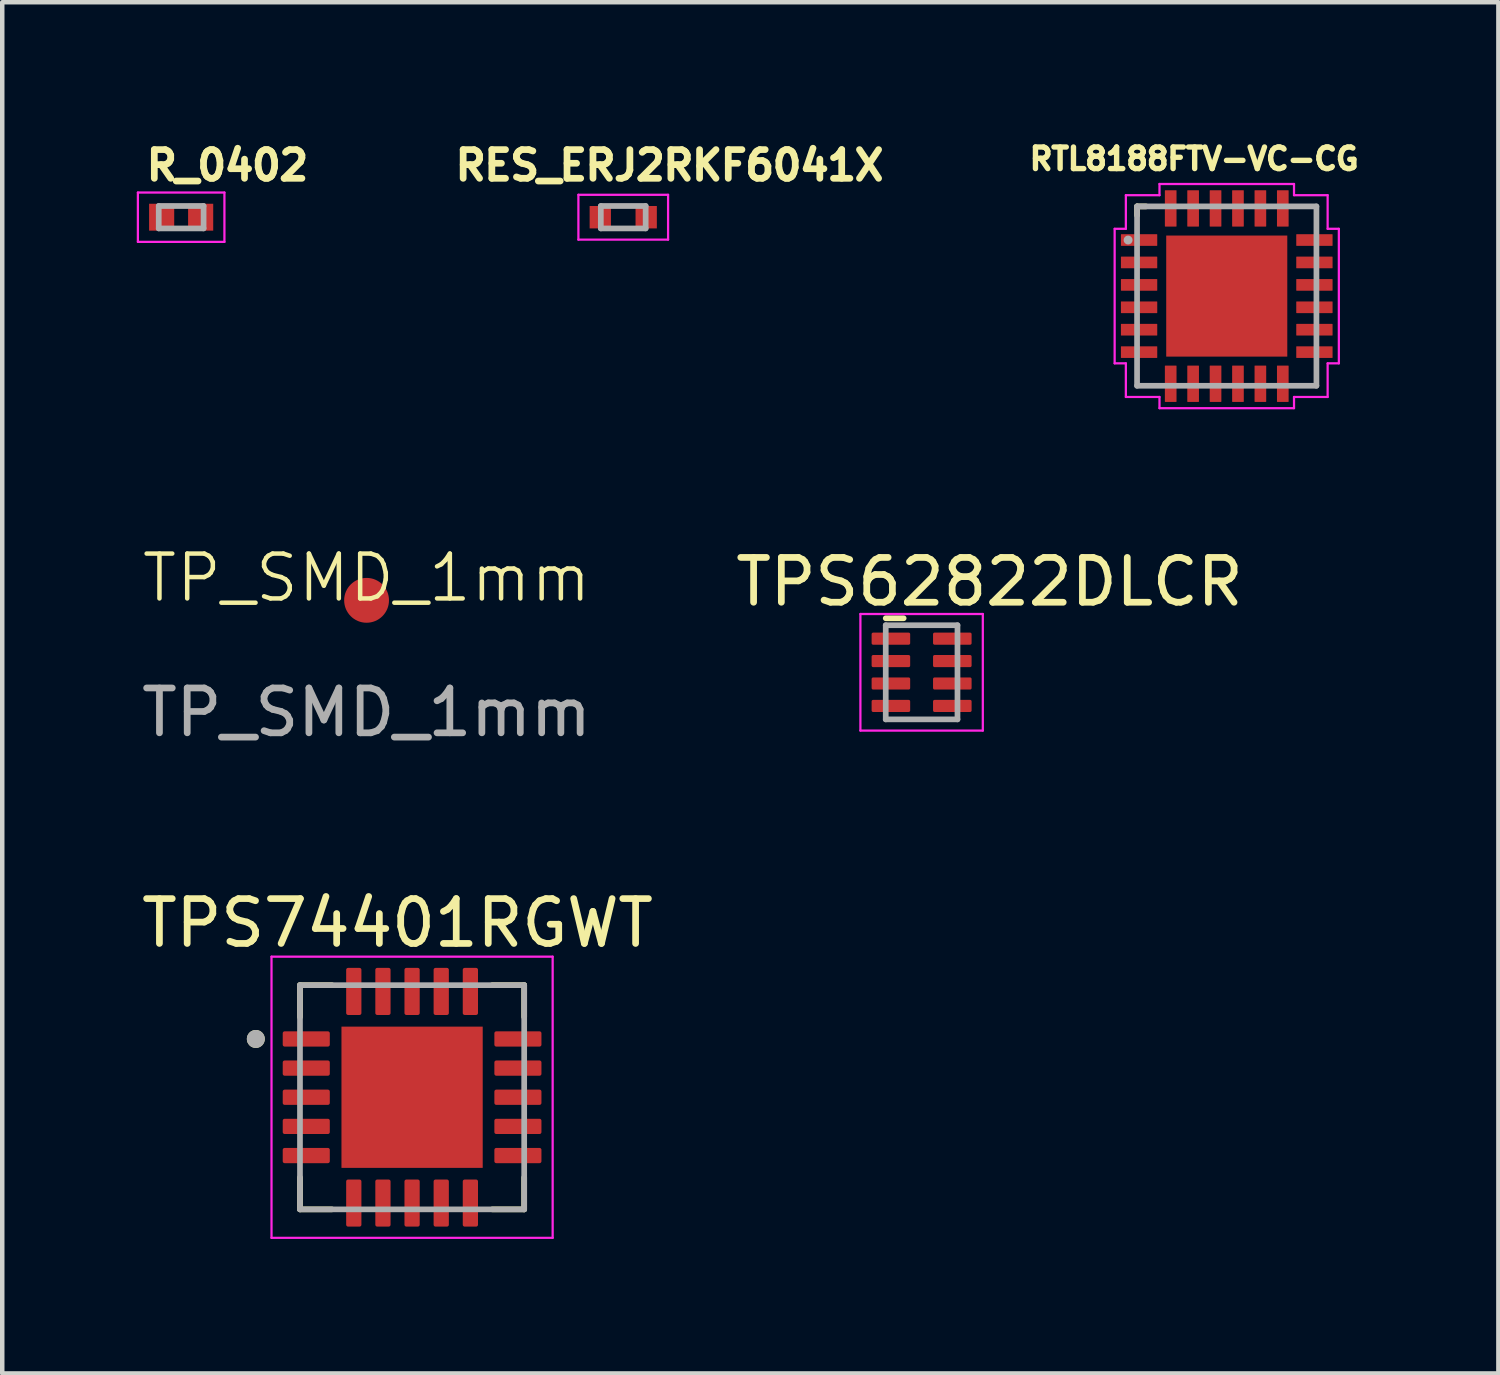
<source format=kicad_pcb>
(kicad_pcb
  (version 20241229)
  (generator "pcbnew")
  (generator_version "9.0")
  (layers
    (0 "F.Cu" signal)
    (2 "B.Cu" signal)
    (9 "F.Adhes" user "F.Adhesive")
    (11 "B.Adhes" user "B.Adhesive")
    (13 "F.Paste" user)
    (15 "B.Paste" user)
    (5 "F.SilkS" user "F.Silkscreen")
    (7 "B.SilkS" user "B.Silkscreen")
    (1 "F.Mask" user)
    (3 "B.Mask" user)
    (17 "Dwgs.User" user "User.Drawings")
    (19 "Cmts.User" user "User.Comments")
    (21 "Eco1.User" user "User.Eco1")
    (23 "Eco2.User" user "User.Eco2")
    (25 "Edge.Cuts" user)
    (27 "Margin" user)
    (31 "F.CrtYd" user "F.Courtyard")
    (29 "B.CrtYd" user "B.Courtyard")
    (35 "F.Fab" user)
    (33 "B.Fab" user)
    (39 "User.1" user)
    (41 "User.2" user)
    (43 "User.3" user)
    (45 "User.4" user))
  (footprint "TP_SMD_1mm"
    (layer "F.Cu")
    (at 5.125 10.338)
    (property "Reference" "TP_SMD_1mm" (at 0 -0.5 0) (unlocked yes) (layer "F.SilkS") (effects (font (size 1 1) (thickness 0.1))))
    (attr smd)
    (fp_text user "${REFERENCE}" (at 0 2.5 0) (unlocked yes) (layer "F.Fab") (effects (font (size 1 1) (thickness 0.15))))
    (pad "1" smd circle (at 0 0) (size 1 1) (layers "F.Cu" "F.Mask" "F.Paste")))
  (footprint "RES_ERJ2RKF6041X"
    (layer "F.Cu")
    (at 10.849 1.794)
    (property "Reference" "RES_ERJ2RKF6041X" (at 1.032 -1.156 0) (layer "F.SilkS") (effects (font (size 0.64 0.64) (thickness 0.15))))
    (attr smd)
    (fp_line (start -1 -0.5) (end -1 0.5) (stroke (width 0.05) (type solid)) (layer "F.CrtYd"))
    (fp_line (start -1 0.5) (end 1 0.5) (stroke (width 0.05) (type solid)) (layer "F.CrtYd"))
    (fp_line (start 1 -0.5) (end -1 -0.5) (stroke (width 0.05) (type solid)) (layer "F.CrtYd"))
    (fp_line (start 1 0.5) (end 1 -0.5) (stroke (width 0.05) (type solid)) (layer "F.CrtYd"))
    (fp_line (start -0.5 -0.25) (end -0.5 0.25) (stroke (width 0.127) (type solid)) (layer "F.Fab"))
    (fp_line (start -0.5 -0.25) (end 0.5 -0.25) (stroke (width 0.127) (type solid)) (layer "F.Fab"))
    (fp_line (start -0.5 0.25) (end 0.5 0.25) (stroke (width 0.127) (type solid)) (layer "F.Fab"))
    (fp_line (start 0.5 -0.25) (end 0.5 0.25) (stroke (width 0.127) (type solid)) (layer "F.Fab"))
    (pad "1" smd rect (at -0.512 0) (size 0.475 0.5) (layers "F.Cu" "F.Mask" "F.Paste"))
    (pad "2" smd rect (at 0.512 0) (size 0.475 0.5) (layers "F.Cu" "F.Mask" "F.Paste")))
  (footprint "R_0402"
    (layer "F.Cu")
    (at 0.99 1.794)
    (property "Reference" "R_0402" (at 1.032 -1.156 0) (layer "F.SilkS") (effects (font (size 0.64 0.64) (thickness 0.15))))
    (attr smd)
    (fp_line (start -0.965 -0.55) (end 0.965 -0.55) (stroke (width 0.05) (type solid)) (layer "F.CrtYd"))
    (fp_line (start -0.965 0.55) (end -0.965 -0.55) (stroke (width 0.05) (type solid)) (layer "F.CrtYd"))
    (fp_line (start 0.965 -0.55) (end 0.965 0.55) (stroke (width 0.05) (type solid)) (layer "F.CrtYd"))
    (fp_line (start 0.965 0.55) (end -0.965 0.55) (stroke (width 0.05) (type solid)) (layer "F.CrtYd"))
    (fp_line (start -0.5 -0.25) (end 0.5 -0.25) (stroke (width 0.127) (type solid)) (layer "F.Fab"))
    (fp_line (start -0.5 0.25) (end -0.5 -0.25) (stroke (width 0.127) (type solid)) (layer "F.Fab"))
    (fp_line (start 0.5 -0.25) (end 0.5 0.25) (stroke (width 0.127) (type solid)) (layer "F.Fab"))
    (fp_line (start 0.5 0.25) (end -0.5 0.25) (stroke (width 0.127) (type solid)) (layer "F.Fab"))
    (pad "1" smd rect (at -0.435 0) (size 0.56 0.6) (layers "F.Cu" "F.Mask" "F.Paste"))
    (pad "2" smd rect (at 0.435 0) (size 0.56 0.6) (layers "F.Cu" "F.Mask" "F.Paste")))
  (footprint "RTL8188FTV-VC-CG"
    (layer "F.Cu")
    (at 24.308 3.553)
    (property "Reference" "RTL8188FTV-VC-CG" (at -0.727 -3.06 0) (layer "F.SilkS") (effects (font (size 0.481 0.481) (thickness 0.12))))
    (attr smd)
    (fp_line (start -2 -2) (end -1.8 -2) (stroke (width 0.127) (type solid)) (layer "F.SilkS"))
    (fp_line (start -2 -1.8) (end -2 -2) (stroke (width 0.127) (type solid)) (layer "F.SilkS"))
    (fp_poly (pts (xy -0.856 -0.855) (xy 0.855 -0.855) (xy 0.855 0.856) (xy -0.856 0.856)) (stroke (width 0.01) (type solid)) (fill yes) (layer "F.Paste"))
    (fp_line (start -2.5 -1.5) (end -2.25 -1.5) (stroke (width 0.05) (type solid)) (layer "F.CrtYd"))
    (fp_line (start -2.5 1.5) (end -2.5 -1.5) (stroke (width 0.05) (type solid)) (layer "F.CrtYd"))
    (fp_line (start -2.25 -2.25) (end -1.5 -2.25) (stroke (width 0.05) (type solid)) (layer "F.CrtYd"))
    (fp_line (start -2.25 -1.5) (end -2.25 -2.25) (stroke (width 0.05) (type solid)) (layer "F.CrtYd"))
    (fp_line (start -2.25 1.5) (end -2.5 1.5) (stroke (width 0.05) (type solid)) (layer "F.CrtYd"))
    (fp_line (start -2.25 2.25) (end -2.25 1.5) (stroke (width 0.05) (type solid)) (layer "F.CrtYd"))
    (fp_line (start -1.5 -2.5) (end 1.5 -2.5) (stroke (width 0.05) (type solid)) (layer "F.CrtYd"))
    (fp_line (start -1.5 -2.25) (end -1.5 -2.5) (stroke (width 0.05) (type solid)) (layer "F.CrtYd"))
    (fp_line (start -1.5 2.25) (end -2.25 2.25) (stroke (width 0.05) (type solid)) (layer "F.CrtYd"))
    (fp_line (start -1.5 2.5) (end -1.5 2.25) (stroke (width 0.05) (type solid)) (layer "F.CrtYd"))
    (fp_line (start 1.5 -2.5) (end 1.5 -2.25) (stroke (width 0.05) (type solid)) (layer "F.CrtYd"))
    (fp_line (start 1.5 -2.25) (end 2.25 -2.25) (stroke (width 0.05) (type solid)) (layer "F.CrtYd"))
    (fp_line (start 1.5 2.25) (end 1.5 2.5) (stroke (width 0.05) (type solid)) (layer "F.CrtYd"))
    (fp_line (start 1.5 2.5) (end -1.5 2.5) (stroke (width 0.05) (type solid)) (layer "F.CrtYd"))
    (fp_line (start 2.25 -2.25) (end 2.25 -1.5) (stroke (width 0.05) (type solid)) (layer "F.CrtYd"))
    (fp_line (start 2.25 -1.5) (end 2.5 -1.5) (stroke (width 0.05) (type solid)) (layer "F.CrtYd"))
    (fp_line (start 2.25 1.5) (end 2.25 2.25) (stroke (width 0.05) (type solid)) (layer "F.CrtYd"))
    (fp_line (start 2.25 2.25) (end 1.5 2.25) (stroke (width 0.05) (type solid)) (layer "F.CrtYd"))
    (fp_line (start 2.5 -1.5) (end 2.5 1.5) (stroke (width 0.05) (type solid)) (layer "F.CrtYd"))
    (fp_line (start 2.5 1.5) (end 2.25 1.5) (stroke (width 0.05) (type solid)) (layer "F.CrtYd"))
    (fp_line (start -2 -2) (end 2 -2) (stroke (width 0.127) (type solid)) (layer "F.Fab"))
    (fp_line (start -2 2) (end -2 -2) (stroke (width 0.127) (type solid)) (layer "F.Fab"))
    (fp_line (start 2 -2) (end 2 2) (stroke (width 0.127) (type solid)) (layer "F.Fab"))
    (fp_line (start 2 2) (end -2 2) (stroke (width 0.127) (type solid)) (layer "F.Fab"))
    (fp_circle (center -2.2 -1.25) (end -2.15 -1.25) (stroke (width 0.1) (type solid)) (fill no) (layer "F.Fab"))
    (pad "1" smd roundrect (at -1.955 -1.25) (size 0.81 0.26) (layers "F.Cu" "F.Mask" "F.Paste") (roundrect_rratio 0.035))
    (pad "2" smd roundrect (at -1.955 -0.75) (size 0.81 0.26) (layers "F.Cu" "F.Mask" "F.Paste") (roundrect_rratio 0.035))
    (pad "3" smd roundrect (at -1.955 -0.25) (size 0.81 0.26) (layers "F.Cu" "F.Mask" "F.Paste") (roundrect_rratio 0.035))
    (pad "4" smd roundrect (at -1.955 0.25) (size 0.81 0.26) (layers "F.Cu" "F.Mask" "F.Paste") (roundrect_rratio 0.035))
    (pad "5" smd roundrect (at -1.955 0.75) (size 0.81 0.26) (layers "F.Cu" "F.Mask" "F.Paste") (roundrect_rratio 0.035))
    (pad "6" smd roundrect (at -1.955 1.25) (size 0.81 0.26) (layers "F.Cu" "F.Mask" "F.Paste") (roundrect_rratio 0.035))
    (pad "7" smd roundrect (at -1.25 1.955) (size 0.26 0.81) (layers "F.Cu" "F.Mask" "F.Paste") (roundrect_rratio 0.035))
    (pad "8" smd roundrect (at -0.75 1.955) (size 0.26 0.81) (layers "F.Cu" "F.Mask" "F.Paste") (roundrect_rratio 0.035))
    (pad "9" smd roundrect (at -0.25 1.955) (size 0.26 0.81) (layers "F.Cu" "F.Mask" "F.Paste") (roundrect_rratio 0.035))
    (pad "10" smd roundrect (at 0.25 1.955) (size 0.26 0.81) (layers "F.Cu" "F.Mask" "F.Paste") (roundrect_rratio 0.035))
    (pad "11" smd roundrect (at 0.75 1.955) (size 0.26 0.81) (layers "F.Cu" "F.Mask" "F.Paste") (roundrect_rratio 0.035))
    (pad "12" smd roundrect (at 1.25 1.955) (size 0.26 0.81) (layers "F.Cu" "F.Mask" "F.Paste") (roundrect_rratio 0.035))
    (pad "13" smd roundrect (at 1.955 1.25) (size 0.81 0.26) (layers "F.Cu" "F.Mask" "F.Paste") (roundrect_rratio 0.035))
    (pad "14" smd roundrect (at 1.955 0.75) (size 0.81 0.26) (layers "F.Cu" "F.Mask" "F.Paste") (roundrect_rratio 0.035))
    (pad "15" smd roundrect (at 1.955 0.25) (size 0.81 0.26) (layers "F.Cu" "F.Mask" "F.Paste") (roundrect_rratio 0.035))
    (pad "16" smd roundrect (at 1.955 -0.25) (size 0.81 0.26) (layers "F.Cu" "F.Mask" "F.Paste") (roundrect_rratio 0.035))
    (pad "17" smd roundrect (at 1.955 -0.75) (size 0.81 0.26) (layers "F.Cu" "F.Mask" "F.Paste") (roundrect_rratio 0.035))
    (pad "18" smd roundrect (at 1.955 -1.25) (size 0.81 0.26) (layers "F.Cu" "F.Mask" "F.Paste") (roundrect_rratio 0.035))
    (pad "19" smd roundrect (at 1.25 -1.955) (size 0.26 0.81) (layers "F.Cu" "F.Mask" "F.Paste") (roundrect_rratio 0.035))
    (pad "20" smd roundrect (at 0.75 -1.955) (size 0.26 0.81) (layers "F.Cu" "F.Mask" "F.Paste") (roundrect_rratio 0.035))
    (pad "21" smd roundrect (at 0.25 -1.955) (size 0.26 0.81) (layers "F.Cu" "F.Mask" "F.Paste") (roundrect_rratio 0.035))
    (pad "22" smd roundrect (at -0.25 -1.955) (size 0.26 0.81) (layers "F.Cu" "F.Mask" "F.Paste") (roundrect_rratio 0.035))
    (pad "23" smd roundrect (at -0.75 -1.955) (size 0.26 0.81) (layers "F.Cu" "F.Mask" "F.Paste") (roundrect_rratio 0.035))
    (pad "24" smd roundrect (at -1.25 -1.955) (size 0.26 0.81) (layers "F.Cu" "F.Mask" "F.Paste") (roundrect_rratio 0.035))
    (pad "25" smd rect (at 0 0) (size 2.7 2.7) (layers "F.Cu" "F.Mask")))
  (footprint "TPS62822DLCR"
    (layer "F.Cu")
    (at 17.503 11.943)
    (property "Reference" "TPS62822DLCR" (at 1.515 -2.017 0) (layer "F.SilkS") (effects (font (size 1 1) (thickness 0.15))))
    (attr smd)
    (fp_line (start -0.8 -1.205) (end -0.4 -1.205) (stroke (width 0.127) (type solid)) (layer "F.SilkS"))
    (fp_line (start -1.365 -1.3) (end -1.365 1.3) (stroke (width 0.05) (type solid)) (layer "F.CrtYd"))
    (fp_line (start -1.365 -1.3) (end 1.365 -1.3) (stroke (width 0.05) (type solid)) (layer "F.CrtYd"))
    (fp_line (start -1.365 1.3) (end 1.365 1.3) (stroke (width 0.05) (type solid)) (layer "F.CrtYd"))
    (fp_line (start 1.365 -1.3) (end 1.365 1.3) (stroke (width 0.05) (type solid)) (layer "F.CrtYd"))
    (fp_line (start -0.8 -1.05) (end -0.8 1.05) (stroke (width 0.127) (type solid)) (layer "F.Fab"))
    (fp_line (start -0.8 -1.05) (end 0.8 -1.05) (stroke (width 0.127) (type solid)) (layer "F.Fab"))
    (fp_line (start -0.8 1.05) (end 0.8 1.05) (stroke (width 0.127) (type solid)) (layer "F.Fab"))
    (fp_line (start 0.8 -1.05) (end 0.8 1.05) (stroke (width 0.127) (type solid)) (layer "F.Fab"))
    (pad "1" smd roundrect (at -0.685 -0.75) (size 0.86 0.27) (layers "F.Cu" "F.Mask" "F.Paste") (roundrect_rratio 0.125))
    (pad "2" smd roundrect (at -0.685 -0.25) (size 0.86 0.27) (layers "F.Cu" "F.Mask" "F.Paste") (roundrect_rratio 0.125))
    (pad "3" smd roundrect (at -0.685 0.25) (size 0.86 0.27) (layers "F.Cu" "F.Mask" "F.Paste") (roundrect_rratio 0.125))
    (pad "4" smd roundrect (at -0.685 0.75) (size 0.86 0.27) (layers "F.Cu" "F.Mask" "F.Paste") (roundrect_rratio 0.125))
    (pad "5" smd roundrect (at 0.685 0.75) (size 0.86 0.27) (layers "F.Cu" "F.Mask" "F.Paste") (roundrect_rratio 0.125))
    (pad "6" smd roundrect (at 0.685 0.25) (size 0.86 0.27) (layers "F.Cu" "F.Mask" "F.Paste") (roundrect_rratio 0.125))
    (pad "7" smd roundrect (at 0.685 -0.25) (size 0.86 0.27) (layers "F.Cu" "F.Mask" "F.Paste") (roundrect_rratio 0.125))
    (pad "8" smd roundrect (at 0.685 -0.75) (size 0.86 0.27) (layers "F.Cu" "F.Mask" "F.Paste") (roundrect_rratio 0.125)))
  (footprint "TPS74401RGWT"
    (layer "F.Cu")
    (at 6.14 21.42)
    (property "Reference" "TPS74401RGWT" (at -0.325 -3.885 0) (layer "F.SilkS") (effects (font (size 1 1) (thickness 0.15))))
    (attr smd)
    (fp_line (start -2.5 -2.5) (end -2.5 -1.79) (stroke (width 0.127) (type solid)) (layer "F.SilkS"))
    (fp_line (start -2.5 -2.5) (end -1.79 -2.5) (stroke (width 0.127) (type solid)) (layer "F.SilkS"))
    (fp_line (start -2.5 2.5) (end -2.5 1.79) (stroke (width 0.127) (type solid)) (layer "F.SilkS"))
    (fp_line (start -2.5 2.5) (end -1.79 2.5) (stroke (width 0.127) (type solid)) (layer "F.SilkS"))
    (fp_line (start 2.5 -2.5) (end 1.79 -2.5) (stroke (width 0.127) (type solid)) (layer "F.SilkS"))
    (fp_line (start 2.5 -2.5) (end 2.5 -1.79) (stroke (width 0.127) (type solid)) (layer "F.SilkS"))
    (fp_line (start 2.5 2.5) (end 1.79 2.5) (stroke (width 0.127) (type solid)) (layer "F.SilkS"))
    (fp_line (start 2.5 2.5) (end 2.5 1.79) (stroke (width 0.127) (type solid)) (layer "F.SilkS"))
    (fp_circle (center -3.485 -1.3) (end -3.385 -1.3) (stroke (width 0.2) (type solid)) (fill no) (layer "F.SilkS"))
    (fp_poly (pts (xy -1.195 -1.195) (xy -0.195 -1.195) (xy -0.195 -0.195) (xy -1.195 -0.195)) (stroke (width 0.01) (type solid)) (fill yes) (layer "F.Paste"))
    (fp_poly (pts (xy -1.195 0.195) (xy -0.195 0.195) (xy -0.195 1.195) (xy -1.195 1.195)) (stroke (width 0.01) (type solid)) (fill yes) (layer "F.Paste"))
    (fp_poly (pts (xy 0.195 -1.195) (xy 1.195 -1.195) (xy 1.195 -0.195) (xy 0.195 -0.195)) (stroke (width 0.01) (type solid)) (fill yes) (layer "F.Paste"))
    (fp_poly (pts (xy 0.195 0.195) (xy 1.195 0.195) (xy 1.195 1.195) (xy 0.195 1.195)) (stroke (width 0.01) (type solid)) (fill yes) (layer "F.Paste"))
    (fp_line (start -3.135 -3.135) (end 3.135 -3.135) (stroke (width 0.05) (type solid)) (layer "F.CrtYd"))
    (fp_line (start -3.135 3.135) (end -3.135 -3.135) (stroke (width 0.05) (type solid)) (layer "F.CrtYd"))
    (fp_line (start -3.135 3.135) (end 3.135 3.135) (stroke (width 0.05) (type solid)) (layer "F.CrtYd"))
    (fp_line (start 3.135 3.135) (end 3.135 -3.135) (stroke (width 0.05) (type solid)) (layer "F.CrtYd"))
    (fp_line (start -2.5 2.5) (end -2.5 -2.5) (stroke (width 0.127) (type solid)) (layer "F.Fab"))
    (fp_line (start 2.5 -2.5) (end -2.5 -2.5) (stroke (width 0.127) (type solid)) (layer "F.Fab"))
    (fp_line (start 2.5 2.5) (end -2.5 2.5) (stroke (width 0.127) (type solid)) (layer "F.Fab"))
    (fp_line (start 2.5 2.5) (end 2.5 -2.5) (stroke (width 0.127) (type solid)) (layer "F.Fab"))
    (fp_circle (center -3.485 -1.3) (end -3.385 -1.3) (stroke (width 0.2) (type solid)) (fill no) (layer "F.Fab"))
    (pad "1" smd roundrect (at -2.36 -1.3) (size 1.05 0.34) (layers "F.Cu" "F.Mask" "F.Paste") (roundrect_rratio 0.125))
    (pad "2" smd roundrect (at -2.36 -0.65) (size 1.05 0.34) (layers "F.Cu" "F.Mask" "F.Paste") (roundrect_rratio 0.125))
    (pad "3" smd roundrect (at -2.36 0) (size 1.05 0.34) (layers "F.Cu" "F.Mask" "F.Paste") (roundrect_rratio 0.125))
    (pad "4" smd roundrect (at -2.36 0.65) (size 1.05 0.34) (layers "F.Cu" "F.Mask" "F.Paste") (roundrect_rratio 0.125))
    (pad "5" smd roundrect (at -2.36 1.3) (size 1.05 0.34) (layers "F.Cu" "F.Mask" "F.Paste") (roundrect_rratio 0.125))
    (pad "6" smd roundrect (at -1.3 2.36) (size 0.34 1.05) (layers "F.Cu" "F.Mask" "F.Paste") (roundrect_rratio 0.125))
    (pad "7" smd roundrect (at -0.65 2.36) (size 0.34 1.05) (layers "F.Cu" "F.Mask" "F.Paste") (roundrect_rratio 0.125))
    (pad "8" smd roundrect (at 0 2.36) (size 0.34 1.05) (layers "F.Cu" "F.Mask" "F.Paste") (roundrect_rratio 0.125))
    (pad "9" smd roundrect (at 0.65 2.36) (size 0.34 1.05) (layers "F.Cu" "F.Mask" "F.Paste") (roundrect_rratio 0.125))
    (pad "10" smd roundrect (at 1.3 2.36) (size 0.34 1.05) (layers "F.Cu" "F.Mask" "F.Paste") (roundrect_rratio 0.125))
    (pad "11" smd roundrect (at 2.36 1.3) (size 1.05 0.34) (layers "F.Cu" "F.Mask" "F.Paste") (roundrect_rratio 0.125))
    (pad "12" smd roundrect (at 2.36 0.65) (size 1.05 0.34) (layers "F.Cu" "F.Mask" "F.Paste") (roundrect_rratio 0.125))
    (pad "13" smd roundrect (at 2.36 0) (size 1.05 0.34) (layers "F.Cu" "F.Mask" "F.Paste") (roundrect_rratio 0.125))
    (pad "14" smd roundrect (at 2.36 -0.65) (size 1.05 0.34) (layers "F.Cu" "F.Mask" "F.Paste") (roundrect_rratio 0.125))
    (pad "15" smd roundrect (at 2.36 -1.3) (size 1.05 0.34) (layers "F.Cu" "F.Mask" "F.Paste") (roundrect_rratio 0.125))
    (pad "16" smd roundrect (at 1.3 -2.36) (size 0.34 1.05) (layers "F.Cu" "F.Mask" "F.Paste") (roundrect_rratio 0.125))
    (pad "17" smd roundrect (at 0.65 -2.36) (size 0.34 1.05) (layers "F.Cu" "F.Mask" "F.Paste") (roundrect_rratio 0.125))
    (pad "18" smd roundrect (at 0 -2.36) (size 0.34 1.05) (layers "F.Cu" "F.Mask" "F.Paste") (roundrect_rratio 0.125))
    (pad "19" smd roundrect (at -0.65 -2.36) (size 0.34 1.05) (layers "F.Cu" "F.Mask" "F.Paste") (roundrect_rratio 0.125))
    (pad "20" smd roundrect (at -1.3 -2.36) (size 0.34 1.05) (layers "F.Cu" "F.Mask" "F.Paste") (roundrect_rratio 0.125))
    (pad "21" smd rect (at 0 0) (size 3.15 3.15) (layers "F.Cu" "F.Mask")))
  (gr_rect
    (start -3 -3)
    (end 30.366 27.58)
    (stroke (width 0.1) (type default))
    (fill no)
    (layer "Edge.Cuts")))
</source>
